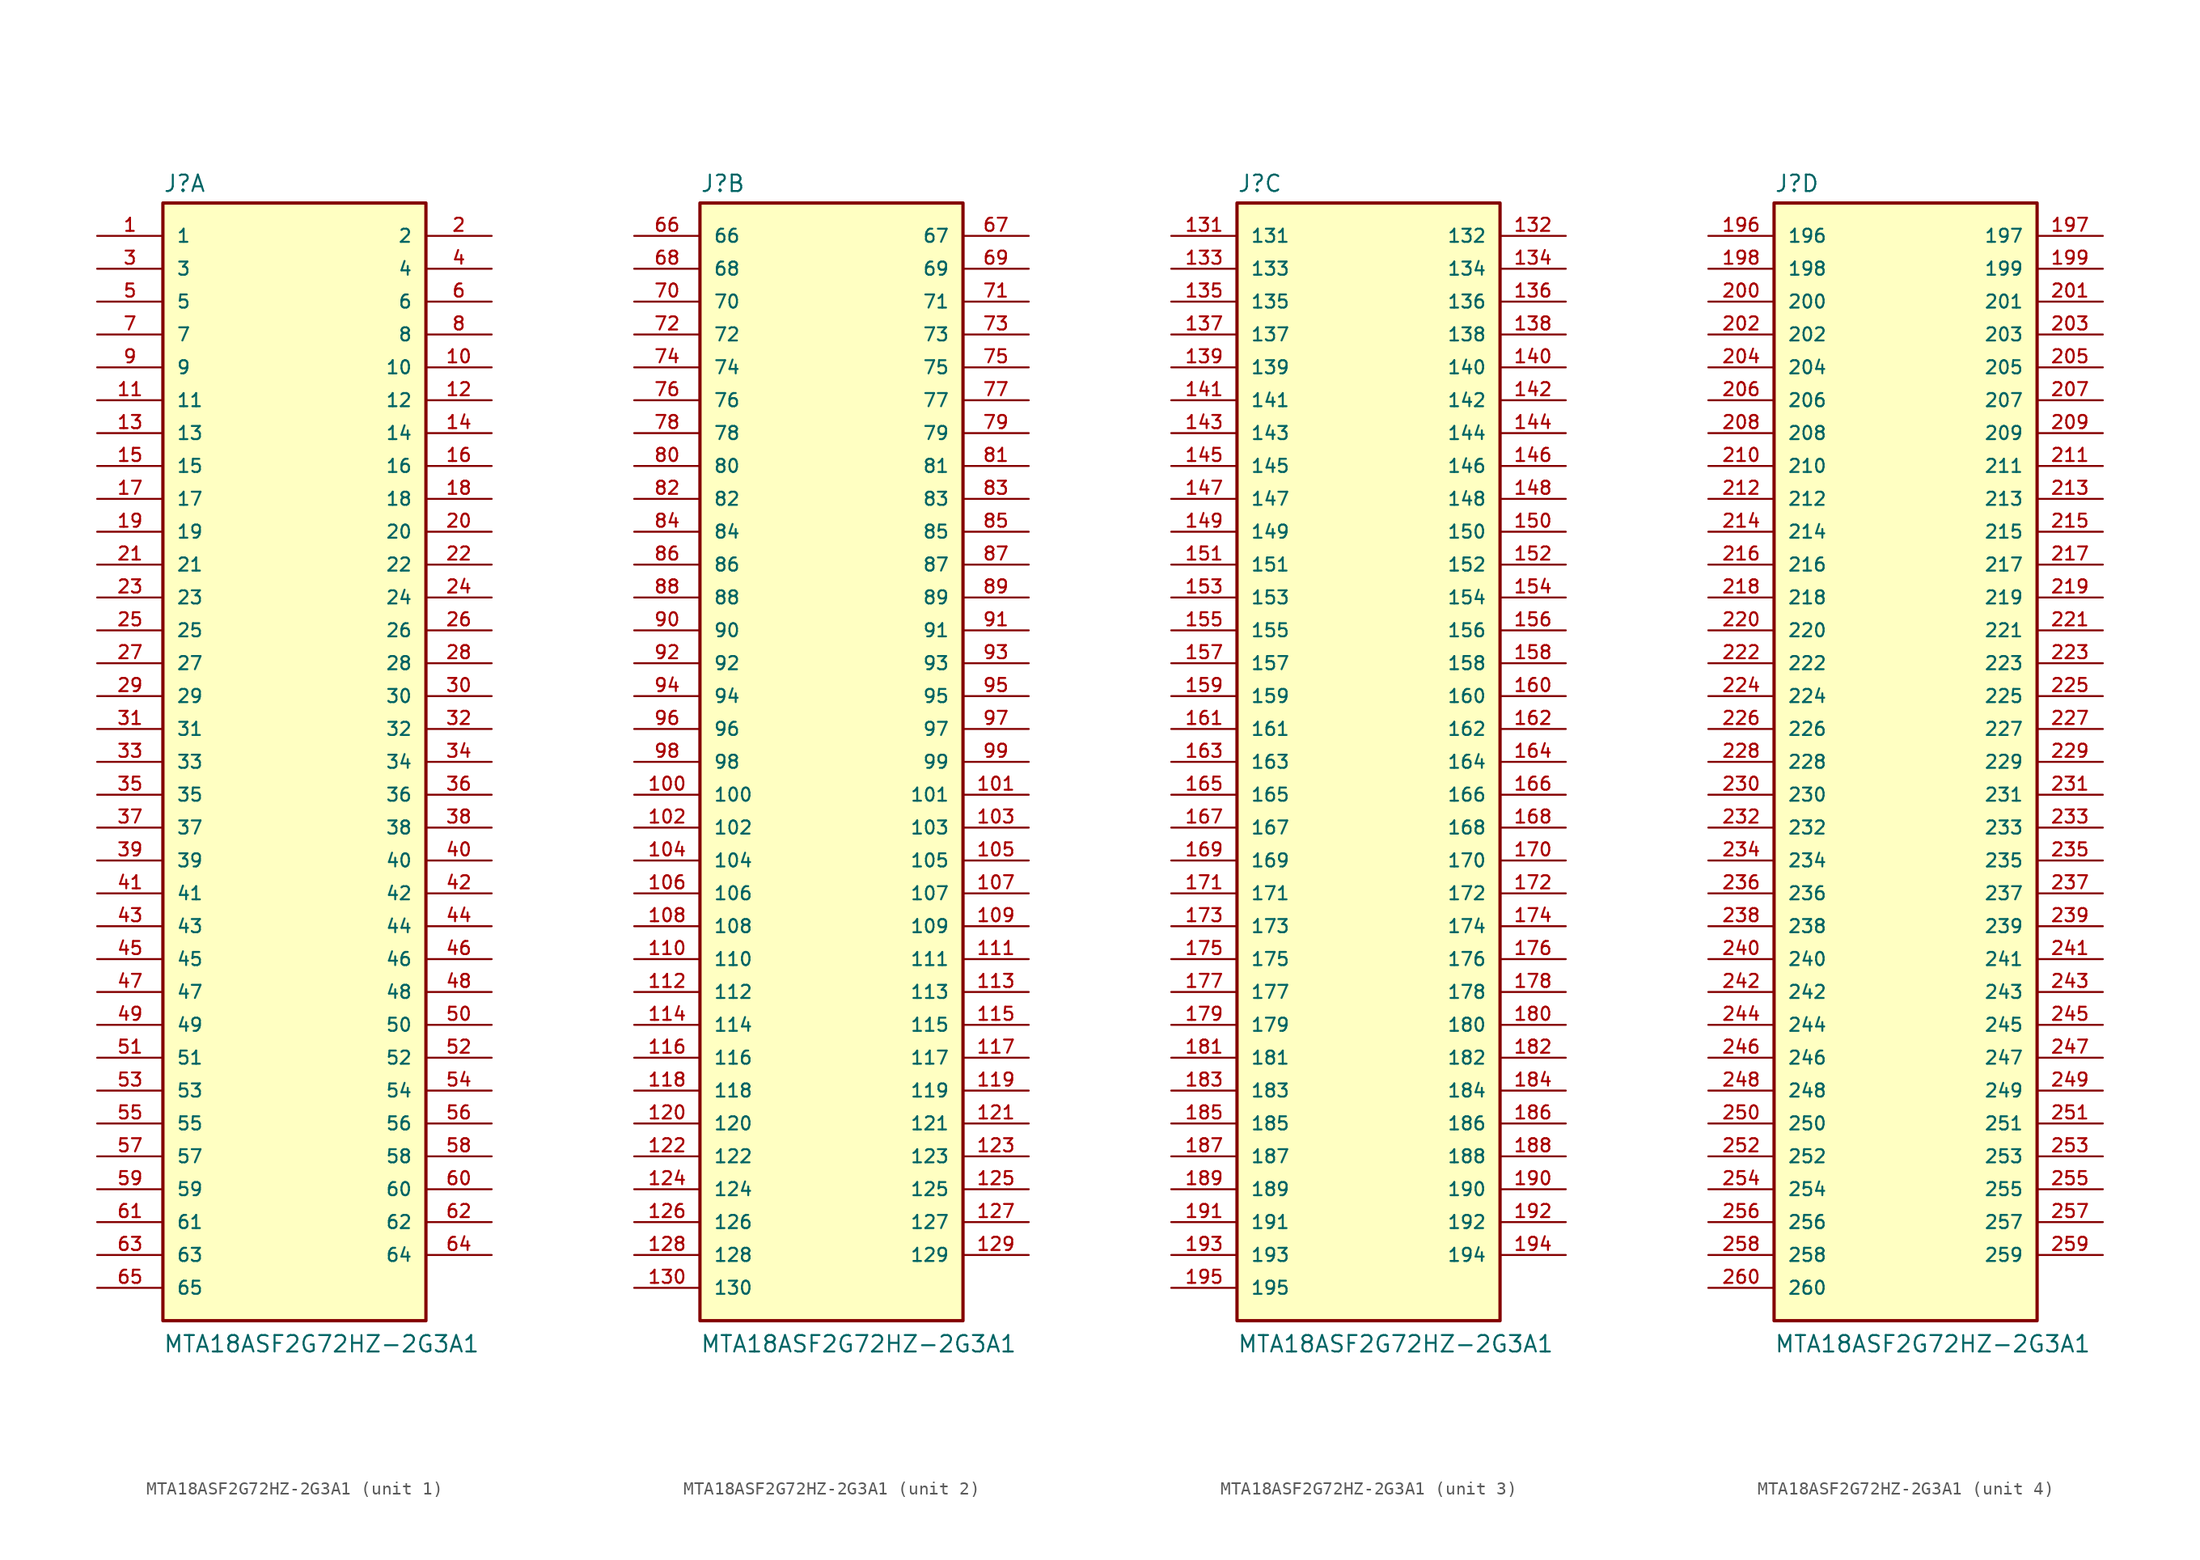
<source format=kicad_sym>
(kicad_symbol_lib
  (version 20211014)
  (generator kicad_symbol_editor)
  (symbol "MTA18ASF2G72HZ-2G3A1"
    (pin_names
      (offset 1.016))
    (property "Reference" "J"
      (at -10.16 43.942 0)
      (effects (font (size 1.27 1.27)) (justify left bottom)))
    (property "Value" "MTA18ASF2G72HZ-2G3A1"
      (at -10.16 -45.72 0)
      (effects (font (size 1.27 1.27)) (justify left bottom)))
    (property "ki_locked" ""
      (at 0 0 0)
      (effects (font (size 1.27 1.27))))
    (symbol "MTA18ASF2G72HZ-2G3A1_1_0"
      (rectangle (start -10.16 -43.18) (end 10.16 43.18) (stroke (width 0.254) (type default) (color 0 0 0 0)) (fill (type background)))
      (pin passive line (at -15.24 40.64 0) (length 5.08) (name "1" (effects (font (size 1.016 1.016)))) (number "1" (effects (font (size 1.016 1.016)))))
      (pin passive line (at 15.24 30.48 180) (length 5.08) (name "10" (effects (font (size 1.016 1.016)))) (number "10" (effects (font (size 1.016 1.016)))))
      (pin passive line (at -15.24 27.94 0) (length 5.08) (name "11" (effects (font (size 1.016 1.016)))) (number "11" (effects (font (size 1.016 1.016)))))
      (pin passive line (at 15.24 27.94 180) (length 5.08) (name "12" (effects (font (size 1.016 1.016)))) (number "12" (effects (font (size 1.016 1.016)))))
      (pin passive line (at -15.24 25.4 0) (length 5.08) (name "13" (effects (font (size 1.016 1.016)))) (number "13" (effects (font (size 1.016 1.016)))))
      (pin passive line (at 15.24 25.4 180) (length 5.08) (name "14" (effects (font (size 1.016 1.016)))) (number "14" (effects (font (size 1.016 1.016)))))
      (pin passive line (at -15.24 22.86 0) (length 5.08) (name "15" (effects (font (size 1.016 1.016)))) (number "15" (effects (font (size 1.016 1.016)))))
      (pin passive line (at 15.24 22.86 180) (length 5.08) (name "16" (effects (font (size 1.016 1.016)))) (number "16" (effects (font (size 1.016 1.016)))))
      (pin passive line (at -15.24 20.32 0) (length 5.08) (name "17" (effects (font (size 1.016 1.016)))) (number "17" (effects (font (size 1.016 1.016)))))
      (pin passive line (at 15.24 20.32 180) (length 5.08) (name "18" (effects (font (size 1.016 1.016)))) (number "18" (effects (font (size 1.016 1.016)))))
      (pin passive line (at -15.24 17.78 0) (length 5.08) (name "19" (effects (font (size 1.016 1.016)))) (number "19" (effects (font (size 1.016 1.016)))))
      (pin passive line (at 15.24 40.64 180) (length 5.08) (name "2" (effects (font (size 1.016 1.016)))) (number "2" (effects (font (size 1.016 1.016)))))
      (pin passive line (at 15.24 17.78 180) (length 5.08) (name "20" (effects (font (size 1.016 1.016)))) (number "20" (effects (font (size 1.016 1.016)))))
      (pin passive line (at -15.24 15.24 0) (length 5.08) (name "21" (effects (font (size 1.016 1.016)))) (number "21" (effects (font (size 1.016 1.016)))))
      (pin passive line (at 15.24 15.24 180) (length 5.08) (name "22" (effects (font (size 1.016 1.016)))) (number "22" (effects (font (size 1.016 1.016)))))
      (pin passive line (at -15.24 12.7 0) (length 5.08) (name "23" (effects (font (size 1.016 1.016)))) (number "23" (effects (font (size 1.016 1.016)))))
      (pin passive line (at 15.24 12.7 180) (length 5.08) (name "24" (effects (font (size 1.016 1.016)))) (number "24" (effects (font (size 1.016 1.016)))))
      (pin passive line (at -15.24 10.16 0) (length 5.08) (name "25" (effects (font (size 1.016 1.016)))) (number "25" (effects (font (size 1.016 1.016)))))
      (pin passive line (at 15.24 10.16 180) (length 5.08) (name "26" (effects (font (size 1.016 1.016)))) (number "26" (effects (font (size 1.016 1.016)))))
      (pin passive line (at -15.24 7.62 0) (length 5.08) (name "27" (effects (font (size 1.016 1.016)))) (number "27" (effects (font (size 1.016 1.016)))))
      (pin passive line (at 15.24 7.62 180) (length 5.08) (name "28" (effects (font (size 1.016 1.016)))) (number "28" (effects (font (size 1.016 1.016)))))
      (pin passive line (at -15.24 5.08 0) (length 5.08) (name "29" (effects (font (size 1.016 1.016)))) (number "29" (effects (font (size 1.016 1.016)))))
      (pin passive line (at -15.24 38.1 0) (length 5.08) (name "3" (effects (font (size 1.016 1.016)))) (number "3" (effects (font (size 1.016 1.016)))))
      (pin passive line (at 15.24 5.08 180) (length 5.08) (name "30" (effects (font (size 1.016 1.016)))) (number "30" (effects (font (size 1.016 1.016)))))
      (pin passive line (at -15.24 2.54 0) (length 5.08) (name "31" (effects (font (size 1.016 1.016)))) (number "31" (effects (font (size 1.016 1.016)))))
      (pin passive line (at 15.24 2.54 180) (length 5.08) (name "32" (effects (font (size 1.016 1.016)))) (number "32" (effects (font (size 1.016 1.016)))))
      (pin passive line (at -15.24 0 0) (length 5.08) (name "33" (effects (font (size 1.016 1.016)))) (number "33" (effects (font (size 1.016 1.016)))))
      (pin passive line (at 15.24 0 180) (length 5.08) (name "34" (effects (font (size 1.016 1.016)))) (number "34" (effects (font (size 1.016 1.016)))))
      (pin passive line (at -15.24 -2.54 0) (length 5.08) (name "35" (effects (font (size 1.016 1.016)))) (number "35" (effects (font (size 1.016 1.016)))))
      (pin passive line (at 15.24 -2.54 180) (length 5.08) (name "36" (effects (font (size 1.016 1.016)))) (number "36" (effects (font (size 1.016 1.016)))))
      (pin passive line (at -15.24 -5.08 0) (length 5.08) (name "37" (effects (font (size 1.016 1.016)))) (number "37" (effects (font (size 1.016 1.016)))))
      (pin passive line (at 15.24 -5.08 180) (length 5.08) (name "38" (effects (font (size 1.016 1.016)))) (number "38" (effects (font (size 1.016 1.016)))))
      (pin passive line (at -15.24 -7.62 0) (length 5.08) (name "39" (effects (font (size 1.016 1.016)))) (number "39" (effects (font (size 1.016 1.016)))))
      (pin passive line (at 15.24 38.1 180) (length 5.08) (name "4" (effects (font (size 1.016 1.016)))) (number "4" (effects (font (size 1.016 1.016)))))
      (pin passive line (at 15.24 -7.62 180) (length 5.08) (name "40" (effects (font (size 1.016 1.016)))) (number "40" (effects (font (size 1.016 1.016)))))
      (pin passive line (at -15.24 -10.16 0) (length 5.08) (name "41" (effects (font (size 1.016 1.016)))) (number "41" (effects (font (size 1.016 1.016)))))
      (pin passive line (at 15.24 -10.16 180) (length 5.08) (name "42" (effects (font (size 1.016 1.016)))) (number "42" (effects (font (size 1.016 1.016)))))
      (pin passive line (at -15.24 -12.7 0) (length 5.08) (name "43" (effects (font (size 1.016 1.016)))) (number "43" (effects (font (size 1.016 1.016)))))
      (pin passive line (at 15.24 -12.7 180) (length 5.08) (name "44" (effects (font (size 1.016 1.016)))) (number "44" (effects (font (size 1.016 1.016)))))
      (pin passive line (at -15.24 -15.24 0) (length 5.08) (name "45" (effects (font (size 1.016 1.016)))) (number "45" (effects (font (size 1.016 1.016)))))
      (pin passive line (at 15.24 -15.24 180) (length 5.08) (name "46" (effects (font (size 1.016 1.016)))) (number "46" (effects (font (size 1.016 1.016)))))
      (pin passive line (at -15.24 -17.78 0) (length 5.08) (name "47" (effects (font (size 1.016 1.016)))) (number "47" (effects (font (size 1.016 1.016)))))
      (pin passive line (at 15.24 -17.78 180) (length 5.08) (name "48" (effects (font (size 1.016 1.016)))) (number "48" (effects (font (size 1.016 1.016)))))
      (pin passive line (at -15.24 -20.32 0) (length 5.08) (name "49" (effects (font (size 1.016 1.016)))) (number "49" (effects (font (size 1.016 1.016)))))
      (pin passive line (at -15.24 35.56 0) (length 5.08) (name "5" (effects (font (size 1.016 1.016)))) (number "5" (effects (font (size 1.016 1.016)))))
      (pin passive line (at 15.24 -20.32 180) (length 5.08) (name "50" (effects (font (size 1.016 1.016)))) (number "50" (effects (font (size 1.016 1.016)))))
      (pin passive line (at -15.24 -22.86 0) (length 5.08) (name "51" (effects (font (size 1.016 1.016)))) (number "51" (effects (font (size 1.016 1.016)))))
      (pin passive line (at 15.24 -22.86 180) (length 5.08) (name "52" (effects (font (size 1.016 1.016)))) (number "52" (effects (font (size 1.016 1.016)))))
      (pin passive line (at -15.24 -25.4 0) (length 5.08) (name "53" (effects (font (size 1.016 1.016)))) (number "53" (effects (font (size 1.016 1.016)))))
      (pin passive line (at 15.24 -25.4 180) (length 5.08) (name "54" (effects (font (size 1.016 1.016)))) (number "54" (effects (font (size 1.016 1.016)))))
      (pin passive line (at -15.24 -27.94 0) (length 5.08) (name "55" (effects (font (size 1.016 1.016)))) (number "55" (effects (font (size 1.016 1.016)))))
      (pin passive line (at 15.24 -27.94 180) (length 5.08) (name "56" (effects (font (size 1.016 1.016)))) (number "56" (effects (font (size 1.016 1.016)))))
      (pin passive line (at -15.24 -30.48 0) (length 5.08) (name "57" (effects (font (size 1.016 1.016)))) (number "57" (effects (font (size 1.016 1.016)))))
      (pin passive line (at 15.24 -30.48 180) (length 5.08) (name "58" (effects (font (size 1.016 1.016)))) (number "58" (effects (font (size 1.016 1.016)))))
      (pin passive line (at -15.24 -33.02 0) (length 5.08) (name "59" (effects (font (size 1.016 1.016)))) (number "59" (effects (font (size 1.016 1.016)))))
      (pin passive line (at 15.24 35.56 180) (length 5.08) (name "6" (effects (font (size 1.016 1.016)))) (number "6" (effects (font (size 1.016 1.016)))))
      (pin passive line (at 15.24 -33.02 180) (length 5.08) (name "60" (effects (font (size 1.016 1.016)))) (number "60" (effects (font (size 1.016 1.016)))))
      (pin passive line (at -15.24 -35.56 0) (length 5.08) (name "61" (effects (font (size 1.016 1.016)))) (number "61" (effects (font (size 1.016 1.016)))))
      (pin passive line (at 15.24 -35.56 180) (length 5.08) (name "62" (effects (font (size 1.016 1.016)))) (number "62" (effects (font (size 1.016 1.016)))))
      (pin passive line (at -15.24 -38.1 0) (length 5.08) (name "63" (effects (font (size 1.016 1.016)))) (number "63" (effects (font (size 1.016 1.016)))))
      (pin passive line (at 15.24 -38.1 180) (length 5.08) (name "64" (effects (font (size 1.016 1.016)))) (number "64" (effects (font (size 1.016 1.016)))))
      (pin passive line (at -15.24 -40.64 0) (length 5.08) (name "65" (effects (font (size 1.016 1.016)))) (number "65" (effects (font (size 1.016 1.016)))))
      (pin passive line (at -15.24 33.02 0) (length 5.08) (name "7" (effects (font (size 1.016 1.016)))) (number "7" (effects (font (size 1.016 1.016)))))
      (pin passive line (at 15.24 33.02 180) (length 5.08) (name "8" (effects (font (size 1.016 1.016)))) (number "8" (effects (font (size 1.016 1.016)))))
      (pin passive line (at -15.24 30.48 0) (length 5.08) (name "9" (effects (font (size 1.016 1.016)))) (number "9" (effects (font (size 1.016 1.016))))))
    (symbol "MTA18ASF2G72HZ-2G3A1_2_0"
      (rectangle (start -10.16 -43.18) (end 10.16 43.18) (stroke (width 0.254) (type default) (color 0 0 0 0)) (fill (type background)))
      (pin passive line (at -15.24 -2.54 0) (length 5.08) (name "100" (effects (font (size 1.016 1.016)))) (number "100" (effects (font (size 1.016 1.016)))))
      (pin passive line (at 15.24 -2.54 180) (length 5.08) (name "101" (effects (font (size 1.016 1.016)))) (number "101" (effects (font (size 1.016 1.016)))))
      (pin passive line (at -15.24 -5.08 0) (length 5.08) (name "102" (effects (font (size 1.016 1.016)))) (number "102" (effects (font (size 1.016 1.016)))))
      (pin passive line (at 15.24 -5.08 180) (length 5.08) (name "103" (effects (font (size 1.016 1.016)))) (number "103" (effects (font (size 1.016 1.016)))))
      (pin passive line (at -15.24 -7.62 0) (length 5.08) (name "104" (effects (font (size 1.016 1.016)))) (number "104" (effects (font (size 1.016 1.016)))))
      (pin passive line (at 15.24 -7.62 180) (length 5.08) (name "105" (effects (font (size 1.016 1.016)))) (number "105" (effects (font (size 1.016 1.016)))))
      (pin passive line (at -15.24 -10.16 0) (length 5.08) (name "106" (effects (font (size 1.016 1.016)))) (number "106" (effects (font (size 1.016 1.016)))))
      (pin passive line (at 15.24 -10.16 180) (length 5.08) (name "107" (effects (font (size 1.016 1.016)))) (number "107" (effects (font (size 1.016 1.016)))))
      (pin passive line (at -15.24 -12.7 0) (length 5.08) (name "108" (effects (font (size 1.016 1.016)))) (number "108" (effects (font (size 1.016 1.016)))))
      (pin passive line (at 15.24 -12.7 180) (length 5.08) (name "109" (effects (font (size 1.016 1.016)))) (number "109" (effects (font (size 1.016 1.016)))))
      (pin passive line (at -15.24 -15.24 0) (length 5.08) (name "110" (effects (font (size 1.016 1.016)))) (number "110" (effects (font (size 1.016 1.016)))))
      (pin passive line (at 15.24 -15.24 180) (length 5.08) (name "111" (effects (font (size 1.016 1.016)))) (number "111" (effects (font (size 1.016 1.016)))))
      (pin passive line (at -15.24 -17.78 0) (length 5.08) (name "112" (effects (font (size 1.016 1.016)))) (number "112" (effects (font (size 1.016 1.016)))))
      (pin passive line (at 15.24 -17.78 180) (length 5.08) (name "113" (effects (font (size 1.016 1.016)))) (number "113" (effects (font (size 1.016 1.016)))))
      (pin passive line (at -15.24 -20.32 0) (length 5.08) (name "114" (effects (font (size 1.016 1.016)))) (number "114" (effects (font (size 1.016 1.016)))))
      (pin passive line (at 15.24 -20.32 180) (length 5.08) (name "115" (effects (font (size 1.016 1.016)))) (number "115" (effects (font (size 1.016 1.016)))))
      (pin passive line (at -15.24 -22.86 0) (length 5.08) (name "116" (effects (font (size 1.016 1.016)))) (number "116" (effects (font (size 1.016 1.016)))))
      (pin passive line (at 15.24 -22.86 180) (length 5.08) (name "117" (effects (font (size 1.016 1.016)))) (number "117" (effects (font (size 1.016 1.016)))))
      (pin passive line (at -15.24 -25.4 0) (length 5.08) (name "118" (effects (font (size 1.016 1.016)))) (number "118" (effects (font (size 1.016 1.016)))))
      (pin passive line (at 15.24 -25.4 180) (length 5.08) (name "119" (effects (font (size 1.016 1.016)))) (number "119" (effects (font (size 1.016 1.016)))))
      (pin passive line (at -15.24 -27.94 0) (length 5.08) (name "120" (effects (font (size 1.016 1.016)))) (number "120" (effects (font (size 1.016 1.016)))))
      (pin passive line (at 15.24 -27.94 180) (length 5.08) (name "121" (effects (font (size 1.016 1.016)))) (number "121" (effects (font (size 1.016 1.016)))))
      (pin passive line (at -15.24 -30.48 0) (length 5.08) (name "122" (effects (font (size 1.016 1.016)))) (number "122" (effects (font (size 1.016 1.016)))))
      (pin passive line (at 15.24 -30.48 180) (length 5.08) (name "123" (effects (font (size 1.016 1.016)))) (number "123" (effects (font (size 1.016 1.016)))))
      (pin passive line (at -15.24 -33.02 0) (length 5.08) (name "124" (effects (font (size 1.016 1.016)))) (number "124" (effects (font (size 1.016 1.016)))))
      (pin passive line (at 15.24 -33.02 180) (length 5.08) (name "125" (effects (font (size 1.016 1.016)))) (number "125" (effects (font (size 1.016 1.016)))))
      (pin passive line (at -15.24 -35.56 0) (length 5.08) (name "126" (effects (font (size 1.016 1.016)))) (number "126" (effects (font (size 1.016 1.016)))))
      (pin passive line (at 15.24 -35.56 180) (length 5.08) (name "127" (effects (font (size 1.016 1.016)))) (number "127" (effects (font (size 1.016 1.016)))))
      (pin passive line (at -15.24 -38.1 0) (length 5.08) (name "128" (effects (font (size 1.016 1.016)))) (number "128" (effects (font (size 1.016 1.016)))))
      (pin passive line (at 15.24 -38.1 180) (length 5.08) (name "129" (effects (font (size 1.016 1.016)))) (number "129" (effects (font (size 1.016 1.016)))))
      (pin passive line (at -15.24 -40.64 0) (length 5.08) (name "130" (effects (font (size 1.016 1.016)))) (number "130" (effects (font (size 1.016 1.016)))))
      (pin passive line (at -15.24 40.64 0) (length 5.08) (name "66" (effects (font (size 1.016 1.016)))) (number "66" (effects (font (size 1.016 1.016)))))
      (pin passive line (at 15.24 40.64 180) (length 5.08) (name "67" (effects (font (size 1.016 1.016)))) (number "67" (effects (font (size 1.016 1.016)))))
      (pin passive line (at -15.24 38.1 0) (length 5.08) (name "68" (effects (font (size 1.016 1.016)))) (number "68" (effects (font (size 1.016 1.016)))))
      (pin passive line (at 15.24 38.1 180) (length 5.08) (name "69" (effects (font (size 1.016 1.016)))) (number "69" (effects (font (size 1.016 1.016)))))
      (pin passive line (at -15.24 35.56 0) (length 5.08) (name "70" (effects (font (size 1.016 1.016)))) (number "70" (effects (font (size 1.016 1.016)))))
      (pin passive line (at 15.24 35.56 180) (length 5.08) (name "71" (effects (font (size 1.016 1.016)))) (number "71" (effects (font (size 1.016 1.016)))))
      (pin passive line (at -15.24 33.02 0) (length 5.08) (name "72" (effects (font (size 1.016 1.016)))) (number "72" (effects (font (size 1.016 1.016)))))
      (pin passive line (at 15.24 33.02 180) (length 5.08) (name "73" (effects (font (size 1.016 1.016)))) (number "73" (effects (font (size 1.016 1.016)))))
      (pin passive line (at -15.24 30.48 0) (length 5.08) (name "74" (effects (font (size 1.016 1.016)))) (number "74" (effects (font (size 1.016 1.016)))))
      (pin passive line (at 15.24 30.48 180) (length 5.08) (name "75" (effects (font (size 1.016 1.016)))) (number "75" (effects (font (size 1.016 1.016)))))
      (pin passive line (at -15.24 27.94 0) (length 5.08) (name "76" (effects (font (size 1.016 1.016)))) (number "76" (effects (font (size 1.016 1.016)))))
      (pin passive line (at 15.24 27.94 180) (length 5.08) (name "77" (effects (font (size 1.016 1.016)))) (number "77" (effects (font (size 1.016 1.016)))))
      (pin passive line (at -15.24 25.4 0) (length 5.08) (name "78" (effects (font (size 1.016 1.016)))) (number "78" (effects (font (size 1.016 1.016)))))
      (pin passive line (at 15.24 25.4 180) (length 5.08) (name "79" (effects (font (size 1.016 1.016)))) (number "79" (effects (font (size 1.016 1.016)))))
      (pin passive line (at -15.24 22.86 0) (length 5.08) (name "80" (effects (font (size 1.016 1.016)))) (number "80" (effects (font (size 1.016 1.016)))))
      (pin passive line (at 15.24 22.86 180) (length 5.08) (name "81" (effects (font (size 1.016 1.016)))) (number "81" (effects (font (size 1.016 1.016)))))
      (pin passive line (at -15.24 20.32 0) (length 5.08) (name "82" (effects (font (size 1.016 1.016)))) (number "82" (effects (font (size 1.016 1.016)))))
      (pin passive line (at 15.24 20.32 180) (length 5.08) (name "83" (effects (font (size 1.016 1.016)))) (number "83" (effects (font (size 1.016 1.016)))))
      (pin passive line (at -15.24 17.78 0) (length 5.08) (name "84" (effects (font (size 1.016 1.016)))) (number "84" (effects (font (size 1.016 1.016)))))
      (pin passive line (at 15.24 17.78 180) (length 5.08) (name "85" (effects (font (size 1.016 1.016)))) (number "85" (effects (font (size 1.016 1.016)))))
      (pin passive line (at -15.24 15.24 0) (length 5.08) (name "86" (effects (font (size 1.016 1.016)))) (number "86" (effects (font (size 1.016 1.016)))))
      (pin passive line (at 15.24 15.24 180) (length 5.08) (name "87" (effects (font (size 1.016 1.016)))) (number "87" (effects (font (size 1.016 1.016)))))
      (pin passive line (at -15.24 12.7 0) (length 5.08) (name "88" (effects (font (size 1.016 1.016)))) (number "88" (effects (font (size 1.016 1.016)))))
      (pin passive line (at 15.24 12.7 180) (length 5.08) (name "89" (effects (font (size 1.016 1.016)))) (number "89" (effects (font (size 1.016 1.016)))))
      (pin passive line (at -15.24 10.16 0) (length 5.08) (name "90" (effects (font (size 1.016 1.016)))) (number "90" (effects (font (size 1.016 1.016)))))
      (pin passive line (at 15.24 10.16 180) (length 5.08) (name "91" (effects (font (size 1.016 1.016)))) (number "91" (effects (font (size 1.016 1.016)))))
      (pin passive line (at -15.24 7.62 0) (length 5.08) (name "92" (effects (font (size 1.016 1.016)))) (number "92" (effects (font (size 1.016 1.016)))))
      (pin passive line (at 15.24 7.62 180) (length 5.08) (name "93" (effects (font (size 1.016 1.016)))) (number "93" (effects (font (size 1.016 1.016)))))
      (pin passive line (at -15.24 5.08 0) (length 5.08) (name "94" (effects (font (size 1.016 1.016)))) (number "94" (effects (font (size 1.016 1.016)))))
      (pin passive line (at 15.24 5.08 180) (length 5.08) (name "95" (effects (font (size 1.016 1.016)))) (number "95" (effects (font (size 1.016 1.016)))))
      (pin passive line (at -15.24 2.54 0) (length 5.08) (name "96" (effects (font (size 1.016 1.016)))) (number "96" (effects (font (size 1.016 1.016)))))
      (pin passive line (at 15.24 2.54 180) (length 5.08) (name "97" (effects (font (size 1.016 1.016)))) (number "97" (effects (font (size 1.016 1.016)))))
      (pin passive line (at -15.24 0 0) (length 5.08) (name "98" (effects (font (size 1.016 1.016)))) (number "98" (effects (font (size 1.016 1.016)))))
      (pin passive line (at 15.24 0 180) (length 5.08) (name "99" (effects (font (size 1.016 1.016)))) (number "99" (effects (font (size 1.016 1.016))))))
    (symbol "MTA18ASF2G72HZ-2G3A1_3_0"
      (rectangle (start -10.16 -43.18) (end 10.16 43.18) (stroke (width 0.254) (type default) (color 0 0 0 0)) (fill (type background)))
      (pin passive line (at -15.24 40.64 0) (length 5.08) (name "131" (effects (font (size 1.016 1.016)))) (number "131" (effects (font (size 1.016 1.016)))))
      (pin passive line (at 15.24 40.64 180) (length 5.08) (name "132" (effects (font (size 1.016 1.016)))) (number "132" (effects (font (size 1.016 1.016)))))
      (pin passive line (at -15.24 38.1 0) (length 5.08) (name "133" (effects (font (size 1.016 1.016)))) (number "133" (effects (font (size 1.016 1.016)))))
      (pin passive line (at 15.24 38.1 180) (length 5.08) (name "134" (effects (font (size 1.016 1.016)))) (number "134" (effects (font (size 1.016 1.016)))))
      (pin passive line (at -15.24 35.56 0) (length 5.08) (name "135" (effects (font (size 1.016 1.016)))) (number "135" (effects (font (size 1.016 1.016)))))
      (pin passive line (at 15.24 35.56 180) (length 5.08) (name "136" (effects (font (size 1.016 1.016)))) (number "136" (effects (font (size 1.016 1.016)))))
      (pin passive line (at -15.24 33.02 0) (length 5.08) (name "137" (effects (font (size 1.016 1.016)))) (number "137" (effects (font (size 1.016 1.016)))))
      (pin passive line (at 15.24 33.02 180) (length 5.08) (name "138" (effects (font (size 1.016 1.016)))) (number "138" (effects (font (size 1.016 1.016)))))
      (pin passive line (at -15.24 30.48 0) (length 5.08) (name "139" (effects (font (size 1.016 1.016)))) (number "139" (effects (font (size 1.016 1.016)))))
      (pin passive line (at 15.24 30.48 180) (length 5.08) (name "140" (effects (font (size 1.016 1.016)))) (number "140" (effects (font (size 1.016 1.016)))))
      (pin passive line (at -15.24 27.94 0) (length 5.08) (name "141" (effects (font (size 1.016 1.016)))) (number "141" (effects (font (size 1.016 1.016)))))
      (pin passive line (at 15.24 27.94 180) (length 5.08) (name "142" (effects (font (size 1.016 1.016)))) (number "142" (effects (font (size 1.016 1.016)))))
      (pin passive line (at -15.24 25.4 0) (length 5.08) (name "143" (effects (font (size 1.016 1.016)))) (number "143" (effects (font (size 1.016 1.016)))))
      (pin passive line (at 15.24 25.4 180) (length 5.08) (name "144" (effects (font (size 1.016 1.016)))) (number "144" (effects (font (size 1.016 1.016)))))
      (pin passive line (at -15.24 22.86 0) (length 5.08) (name "145" (effects (font (size 1.016 1.016)))) (number "145" (effects (font (size 1.016 1.016)))))
      (pin passive line (at 15.24 22.86 180) (length 5.08) (name "146" (effects (font (size 1.016 1.016)))) (number "146" (effects (font (size 1.016 1.016)))))
      (pin passive line (at -15.24 20.32 0) (length 5.08) (name "147" (effects (font (size 1.016 1.016)))) (number "147" (effects (font (size 1.016 1.016)))))
      (pin passive line (at 15.24 20.32 180) (length 5.08) (name "148" (effects (font (size 1.016 1.016)))) (number "148" (effects (font (size 1.016 1.016)))))
      (pin passive line (at -15.24 17.78 0) (length 5.08) (name "149" (effects (font (size 1.016 1.016)))) (number "149" (effects (font (size 1.016 1.016)))))
      (pin passive line (at 15.24 17.78 180) (length 5.08) (name "150" (effects (font (size 1.016 1.016)))) (number "150" (effects (font (size 1.016 1.016)))))
      (pin passive line (at -15.24 15.24 0) (length 5.08) (name "151" (effects (font (size 1.016 1.016)))) (number "151" (effects (font (size 1.016 1.016)))))
      (pin passive line (at 15.24 15.24 180) (length 5.08) (name "152" (effects (font (size 1.016 1.016)))) (number "152" (effects (font (size 1.016 1.016)))))
      (pin passive line (at -15.24 12.7 0) (length 5.08) (name "153" (effects (font (size 1.016 1.016)))) (number "153" (effects (font (size 1.016 1.016)))))
      (pin passive line (at 15.24 12.7 180) (length 5.08) (name "154" (effects (font (size 1.016 1.016)))) (number "154" (effects (font (size 1.016 1.016)))))
      (pin passive line (at -15.24 10.16 0) (length 5.08) (name "155" (effects (font (size 1.016 1.016)))) (number "155" (effects (font (size 1.016 1.016)))))
      (pin passive line (at 15.24 10.16 180) (length 5.08) (name "156" (effects (font (size 1.016 1.016)))) (number "156" (effects (font (size 1.016 1.016)))))
      (pin passive line (at -15.24 7.62 0) (length 5.08) (name "157" (effects (font (size 1.016 1.016)))) (number "157" (effects (font (size 1.016 1.016)))))
      (pin passive line (at 15.24 7.62 180) (length 5.08) (name "158" (effects (font (size 1.016 1.016)))) (number "158" (effects (font (size 1.016 1.016)))))
      (pin passive line (at -15.24 5.08 0) (length 5.08) (name "159" (effects (font (size 1.016 1.016)))) (number "159" (effects (font (size 1.016 1.016)))))
      (pin passive line (at 15.24 5.08 180) (length 5.08) (name "160" (effects (font (size 1.016 1.016)))) (number "160" (effects (font (size 1.016 1.016)))))
      (pin passive line (at -15.24 2.54 0) (length 5.08) (name "161" (effects (font (size 1.016 1.016)))) (number "161" (effects (font (size 1.016 1.016)))))
      (pin passive line (at 15.24 2.54 180) (length 5.08) (name "162" (effects (font (size 1.016 1.016)))) (number "162" (effects (font (size 1.016 1.016)))))
      (pin passive line (at -15.24 0 0) (length 5.08) (name "163" (effects (font (size 1.016 1.016)))) (number "163" (effects (font (size 1.016 1.016)))))
      (pin passive line (at 15.24 0 180) (length 5.08) (name "164" (effects (font (size 1.016 1.016)))) (number "164" (effects (font (size 1.016 1.016)))))
      (pin passive line (at -15.24 -2.54 0) (length 5.08) (name "165" (effects (font (size 1.016 1.016)))) (number "165" (effects (font (size 1.016 1.016)))))
      (pin passive line (at 15.24 -2.54 180) (length 5.08) (name "166" (effects (font (size 1.016 1.016)))) (number "166" (effects (font (size 1.016 1.016)))))
      (pin passive line (at -15.24 -5.08 0) (length 5.08) (name "167" (effects (font (size 1.016 1.016)))) (number "167" (effects (font (size 1.016 1.016)))))
      (pin passive line (at 15.24 -5.08 180) (length 5.08) (name "168" (effects (font (size 1.016 1.016)))) (number "168" (effects (font (size 1.016 1.016)))))
      (pin passive line (at -15.24 -7.62 0) (length 5.08) (name "169" (effects (font (size 1.016 1.016)))) (number "169" (effects (font (size 1.016 1.016)))))
      (pin passive line (at 15.24 -7.62 180) (length 5.08) (name "170" (effects (font (size 1.016 1.016)))) (number "170" (effects (font (size 1.016 1.016)))))
      (pin passive line (at -15.24 -10.16 0) (length 5.08) (name "171" (effects (font (size 1.016 1.016)))) (number "171" (effects (font (size 1.016 1.016)))))
      (pin passive line (at 15.24 -10.16 180) (length 5.08) (name "172" (effects (font (size 1.016 1.016)))) (number "172" (effects (font (size 1.016 1.016)))))
      (pin passive line (at -15.24 -12.7 0) (length 5.08) (name "173" (effects (font (size 1.016 1.016)))) (number "173" (effects (font (size 1.016 1.016)))))
      (pin passive line (at 15.24 -12.7 180) (length 5.08) (name "174" (effects (font (size 1.016 1.016)))) (number "174" (effects (font (size 1.016 1.016)))))
      (pin passive line (at -15.24 -15.24 0) (length 5.08) (name "175" (effects (font (size 1.016 1.016)))) (number "175" (effects (font (size 1.016 1.016)))))
      (pin passive line (at 15.24 -15.24 180) (length 5.08) (name "176" (effects (font (size 1.016 1.016)))) (number "176" (effects (font (size 1.016 1.016)))))
      (pin passive line (at -15.24 -17.78 0) (length 5.08) (name "177" (effects (font (size 1.016 1.016)))) (number "177" (effects (font (size 1.016 1.016)))))
      (pin passive line (at 15.24 -17.78 180) (length 5.08) (name "178" (effects (font (size 1.016 1.016)))) (number "178" (effects (font (size 1.016 1.016)))))
      (pin passive line (at -15.24 -20.32 0) (length 5.08) (name "179" (effects (font (size 1.016 1.016)))) (number "179" (effects (font (size 1.016 1.016)))))
      (pin passive line (at 15.24 -20.32 180) (length 5.08) (name "180" (effects (font (size 1.016 1.016)))) (number "180" (effects (font (size 1.016 1.016)))))
      (pin passive line (at -15.24 -22.86 0) (length 5.08) (name "181" (effects (font (size 1.016 1.016)))) (number "181" (effects (font (size 1.016 1.016)))))
      (pin passive line (at 15.24 -22.86 180) (length 5.08) (name "182" (effects (font (size 1.016 1.016)))) (number "182" (effects (font (size 1.016 1.016)))))
      (pin passive line (at -15.24 -25.4 0) (length 5.08) (name "183" (effects (font (size 1.016 1.016)))) (number "183" (effects (font (size 1.016 1.016)))))
      (pin passive line (at 15.24 -25.4 180) (length 5.08) (name "184" (effects (font (size 1.016 1.016)))) (number "184" (effects (font (size 1.016 1.016)))))
      (pin passive line (at -15.24 -27.94 0) (length 5.08) (name "185" (effects (font (size 1.016 1.016)))) (number "185" (effects (font (size 1.016 1.016)))))
      (pin passive line (at 15.24 -27.94 180) (length 5.08) (name "186" (effects (font (size 1.016 1.016)))) (number "186" (effects (font (size 1.016 1.016)))))
      (pin passive line (at -15.24 -30.48 0) (length 5.08) (name "187" (effects (font (size 1.016 1.016)))) (number "187" (effects (font (size 1.016 1.016)))))
      (pin passive line (at 15.24 -30.48 180) (length 5.08) (name "188" (effects (font (size 1.016 1.016)))) (number "188" (effects (font (size 1.016 1.016)))))
      (pin passive line (at -15.24 -33.02 0) (length 5.08) (name "189" (effects (font (size 1.016 1.016)))) (number "189" (effects (font (size 1.016 1.016)))))
      (pin passive line (at 15.24 -33.02 180) (length 5.08) (name "190" (effects (font (size 1.016 1.016)))) (number "190" (effects (font (size 1.016 1.016)))))
      (pin passive line (at -15.24 -35.56 0) (length 5.08) (name "191" (effects (font (size 1.016 1.016)))) (number "191" (effects (font (size 1.016 1.016)))))
      (pin passive line (at 15.24 -35.56 180) (length 5.08) (name "192" (effects (font (size 1.016 1.016)))) (number "192" (effects (font (size 1.016 1.016)))))
      (pin passive line (at -15.24 -38.1 0) (length 5.08) (name "193" (effects (font (size 1.016 1.016)))) (number "193" (effects (font (size 1.016 1.016)))))
      (pin passive line (at 15.24 -38.1 180) (length 5.08) (name "194" (effects (font (size 1.016 1.016)))) (number "194" (effects (font (size 1.016 1.016)))))
      (pin passive line (at -15.24 -40.64 0) (length 5.08) (name "195" (effects (font (size 1.016 1.016)))) (number "195" (effects (font (size 1.016 1.016))))))
    (symbol "MTA18ASF2G72HZ-2G3A1_4_0"
      (rectangle (start -10.16 -43.18) (end 10.16 43.18) (stroke (width 0.254) (type default) (color 0 0 0 0)) (fill (type background)))
      (pin passive line (at -15.24 40.64 0) (length 5.08) (name "196" (effects (font (size 1.016 1.016)))) (number "196" (effects (font (size 1.016 1.016)))))
      (pin passive line (at 15.24 40.64 180) (length 5.08) (name "197" (effects (font (size 1.016 1.016)))) (number "197" (effects (font (size 1.016 1.016)))))
      (pin passive line (at -15.24 38.1 0) (length 5.08) (name "198" (effects (font (size 1.016 1.016)))) (number "198" (effects (font (size 1.016 1.016)))))
      (pin passive line (at 15.24 38.1 180) (length 5.08) (name "199" (effects (font (size 1.016 1.016)))) (number "199" (effects (font (size 1.016 1.016)))))
      (pin passive line (at -15.24 35.56 0) (length 5.08) (name "200" (effects (font (size 1.016 1.016)))) (number "200" (effects (font (size 1.016 1.016)))))
      (pin passive line (at 15.24 35.56 180) (length 5.08) (name "201" (effects (font (size 1.016 1.016)))) (number "201" (effects (font (size 1.016 1.016)))))
      (pin passive line (at -15.24 33.02 0) (length 5.08) (name "202" (effects (font (size 1.016 1.016)))) (number "202" (effects (font (size 1.016 1.016)))))
      (pin passive line (at 15.24 33.02 180) (length 5.08) (name "203" (effects (font (size 1.016 1.016)))) (number "203" (effects (font (size 1.016 1.016)))))
      (pin passive line (at -15.24 30.48 0) (length 5.08) (name "204" (effects (font (size 1.016 1.016)))) (number "204" (effects (font (size 1.016 1.016)))))
      (pin passive line (at 15.24 30.48 180) (length 5.08) (name "205" (effects (font (size 1.016 1.016)))) (number "205" (effects (font (size 1.016 1.016)))))
      (pin passive line (at -15.24 27.94 0) (length 5.08) (name "206" (effects (font (size 1.016 1.016)))) (number "206" (effects (font (size 1.016 1.016)))))
      (pin passive line (at 15.24 27.94 180) (length 5.08) (name "207" (effects (font (size 1.016 1.016)))) (number "207" (effects (font (size 1.016 1.016)))))
      (pin passive line (at -15.24 25.4 0) (length 5.08) (name "208" (effects (font (size 1.016 1.016)))) (number "208" (effects (font (size 1.016 1.016)))))
      (pin passive line (at 15.24 25.4 180) (length 5.08) (name "209" (effects (font (size 1.016 1.016)))) (number "209" (effects (font (size 1.016 1.016)))))
      (pin passive line (at -15.24 22.86 0) (length 5.08) (name "210" (effects (font (size 1.016 1.016)))) (number "210" (effects (font (size 1.016 1.016)))))
      (pin passive line (at 15.24 22.86 180) (length 5.08) (name "211" (effects (font (size 1.016 1.016)))) (number "211" (effects (font (size 1.016 1.016)))))
      (pin passive line (at -15.24 20.32 0) (length 5.08) (name "212" (effects (font (size 1.016 1.016)))) (number "212" (effects (font (size 1.016 1.016)))))
      (pin passive line (at 15.24 20.32 180) (length 5.08) (name "213" (effects (font (size 1.016 1.016)))) (number "213" (effects (font (size 1.016 1.016)))))
      (pin passive line (at -15.24 17.78 0) (length 5.08) (name "214" (effects (font (size 1.016 1.016)))) (number "214" (effects (font (size 1.016 1.016)))))
      (pin passive line (at 15.24 17.78 180) (length 5.08) (name "215" (effects (font (size 1.016 1.016)))) (number "215" (effects (font (size 1.016 1.016)))))
      (pin passive line (at -15.24 15.24 0) (length 5.08) (name "216" (effects (font (size 1.016 1.016)))) (number "216" (effects (font (size 1.016 1.016)))))
      (pin passive line (at 15.24 15.24 180) (length 5.08) (name "217" (effects (font (size 1.016 1.016)))) (number "217" (effects (font (size 1.016 1.016)))))
      (pin passive line (at -15.24 12.7 0) (length 5.08) (name "218" (effects (font (size 1.016 1.016)))) (number "218" (effects (font (size 1.016 1.016)))))
      (pin passive line (at 15.24 12.7 180) (length 5.08) (name "219" (effects (font (size 1.016 1.016)))) (number "219" (effects (font (size 1.016 1.016)))))
      (pin passive line (at -15.24 10.16 0) (length 5.08) (name "220" (effects (font (size 1.016 1.016)))) (number "220" (effects (font (size 1.016 1.016)))))
      (pin passive line (at 15.24 10.16 180) (length 5.08) (name "221" (effects (font (size 1.016 1.016)))) (number "221" (effects (font (size 1.016 1.016)))))
      (pin passive line (at -15.24 7.62 0) (length 5.08) (name "222" (effects (font (size 1.016 1.016)))) (number "222" (effects (font (size 1.016 1.016)))))
      (pin passive line (at 15.24 7.62 180) (length 5.08) (name "223" (effects (font (size 1.016 1.016)))) (number "223" (effects (font (size 1.016 1.016)))))
      (pin passive line (at -15.24 5.08 0) (length 5.08) (name "224" (effects (font (size 1.016 1.016)))) (number "224" (effects (font (size 1.016 1.016)))))
      (pin passive line (at 15.24 5.08 180) (length 5.08) (name "225" (effects (font (size 1.016 1.016)))) (number "225" (effects (font (size 1.016 1.016)))))
      (pin passive line (at -15.24 2.54 0) (length 5.08) (name "226" (effects (font (size 1.016 1.016)))) (number "226" (effects (font (size 1.016 1.016)))))
      (pin passive line (at 15.24 2.54 180) (length 5.08) (name "227" (effects (font (size 1.016 1.016)))) (number "227" (effects (font (size 1.016 1.016)))))
      (pin passive line (at -15.24 0 0) (length 5.08) (name "228" (effects (font (size 1.016 1.016)))) (number "228" (effects (font (size 1.016 1.016)))))
      (pin passive line (at 15.24 0 180) (length 5.08) (name "229" (effects (font (size 1.016 1.016)))) (number "229" (effects (font (size 1.016 1.016)))))
      (pin passive line (at -15.24 -2.54 0) (length 5.08) (name "230" (effects (font (size 1.016 1.016)))) (number "230" (effects (font (size 1.016 1.016)))))
      (pin passive line (at 15.24 -2.54 180) (length 5.08) (name "231" (effects (font (size 1.016 1.016)))) (number "231" (effects (font (size 1.016 1.016)))))
      (pin passive line (at -15.24 -5.08 0) (length 5.08) (name "232" (effects (font (size 1.016 1.016)))) (number "232" (effects (font (size 1.016 1.016)))))
      (pin passive line (at 15.24 -5.08 180) (length 5.08) (name "233" (effects (font (size 1.016 1.016)))) (number "233" (effects (font (size 1.016 1.016)))))
      (pin passive line (at -15.24 -7.62 0) (length 5.08) (name "234" (effects (font (size 1.016 1.016)))) (number "234" (effects (font (size 1.016 1.016)))))
      (pin passive line (at 15.24 -7.62 180) (length 5.08) (name "235" (effects (font (size 1.016 1.016)))) (number "235" (effects (font (size 1.016 1.016)))))
      (pin passive line (at -15.24 -10.16 0) (length 5.08) (name "236" (effects (font (size 1.016 1.016)))) (number "236" (effects (font (size 1.016 1.016)))))
      (pin passive line (at 15.24 -10.16 180) (length 5.08) (name "237" (effects (font (size 1.016 1.016)))) (number "237" (effects (font (size 1.016 1.016)))))
      (pin passive line (at -15.24 -12.7 0) (length 5.08) (name "238" (effects (font (size 1.016 1.016)))) (number "238" (effects (font (size 1.016 1.016)))))
      (pin passive line (at 15.24 -12.7 180) (length 5.08) (name "239" (effects (font (size 1.016 1.016)))) (number "239" (effects (font (size 1.016 1.016)))))
      (pin passive line (at -15.24 -15.24 0) (length 5.08) (name "240" (effects (font (size 1.016 1.016)))) (number "240" (effects (font (size 1.016 1.016)))))
      (pin passive line (at 15.24 -15.24 180) (length 5.08) (name "241" (effects (font (size 1.016 1.016)))) (number "241" (effects (font (size 1.016 1.016)))))
      (pin passive line (at -15.24 -17.78 0) (length 5.08) (name "242" (effects (font (size 1.016 1.016)))) (number "242" (effects (font (size 1.016 1.016)))))
      (pin passive line (at 15.24 -17.78 180) (length 5.08) (name "243" (effects (font (size 1.016 1.016)))) (number "243" (effects (font (size 1.016 1.016)))))
      (pin passive line (at -15.24 -20.32 0) (length 5.08) (name "244" (effects (font (size 1.016 1.016)))) (number "244" (effects (font (size 1.016 1.016)))))
      (pin passive line (at 15.24 -20.32 180) (length 5.08) (name "245" (effects (font (size 1.016 1.016)))) (number "245" (effects (font (size 1.016 1.016)))))
      (pin passive line (at -15.24 -22.86 0) (length 5.08) (name "246" (effects (font (size 1.016 1.016)))) (number "246" (effects (font (size 1.016 1.016)))))
      (pin passive line (at 15.24 -22.86 180) (length 5.08) (name "247" (effects (font (size 1.016 1.016)))) (number "247" (effects (font (size 1.016 1.016)))))
      (pin passive line (at -15.24 -25.4 0) (length 5.08) (name "248" (effects (font (size 1.016 1.016)))) (number "248" (effects (font (size 1.016 1.016)))))
      (pin passive line (at 15.24 -25.4 180) (length 5.08) (name "249" (effects (font (size 1.016 1.016)))) (number "249" (effects (font (size 1.016 1.016)))))
      (pin passive line (at -15.24 -27.94 0) (length 5.08) (name "250" (effects (font (size 1.016 1.016)))) (number "250" (effects (font (size 1.016 1.016)))))
      (pin passive line (at 15.24 -27.94 180) (length 5.08) (name "251" (effects (font (size 1.016 1.016)))) (number "251" (effects (font (size 1.016 1.016)))))
      (pin passive line (at -15.24 -30.48 0) (length 5.08) (name "252" (effects (font (size 1.016 1.016)))) (number "252" (effects (font (size 1.016 1.016)))))
      (pin passive line (at 15.24 -30.48 180) (length 5.08) (name "253" (effects (font (size 1.016 1.016)))) (number "253" (effects (font (size 1.016 1.016)))))
      (pin passive line (at -15.24 -33.02 0) (length 5.08) (name "254" (effects (font (size 1.016 1.016)))) (number "254" (effects (font (size 1.016 1.016)))))
      (pin passive line (at 15.24 -33.02 180) (length 5.08) (name "255" (effects (font (size 1.016 1.016)))) (number "255" (effects (font (size 1.016 1.016)))))
      (pin passive line (at -15.24 -35.56 0) (length 5.08) (name "256" (effects (font (size 1.016 1.016)))) (number "256" (effects (font (size 1.016 1.016)))))
      (pin passive line (at 15.24 -35.56 180) (length 5.08) (name "257" (effects (font (size 1.016 1.016)))) (number "257" (effects (font (size 1.016 1.016)))))
      (pin passive line (at -15.24 -38.1 0) (length 5.08) (name "258" (effects (font (size 1.016 1.016)))) (number "258" (effects (font (size 1.016 1.016)))))
      (pin passive line (at 15.24 -38.1 180) (length 5.08) (name "259" (effects (font (size 1.016 1.016)))) (number "259" (effects (font (size 1.016 1.016)))))
      (pin passive line (at -15.24 -40.64 0) (length 5.08) (name "260" (effects (font (size 1.016 1.016)))) (number "260" (effects (font (size 1.016 1.016))))))))
</source>
